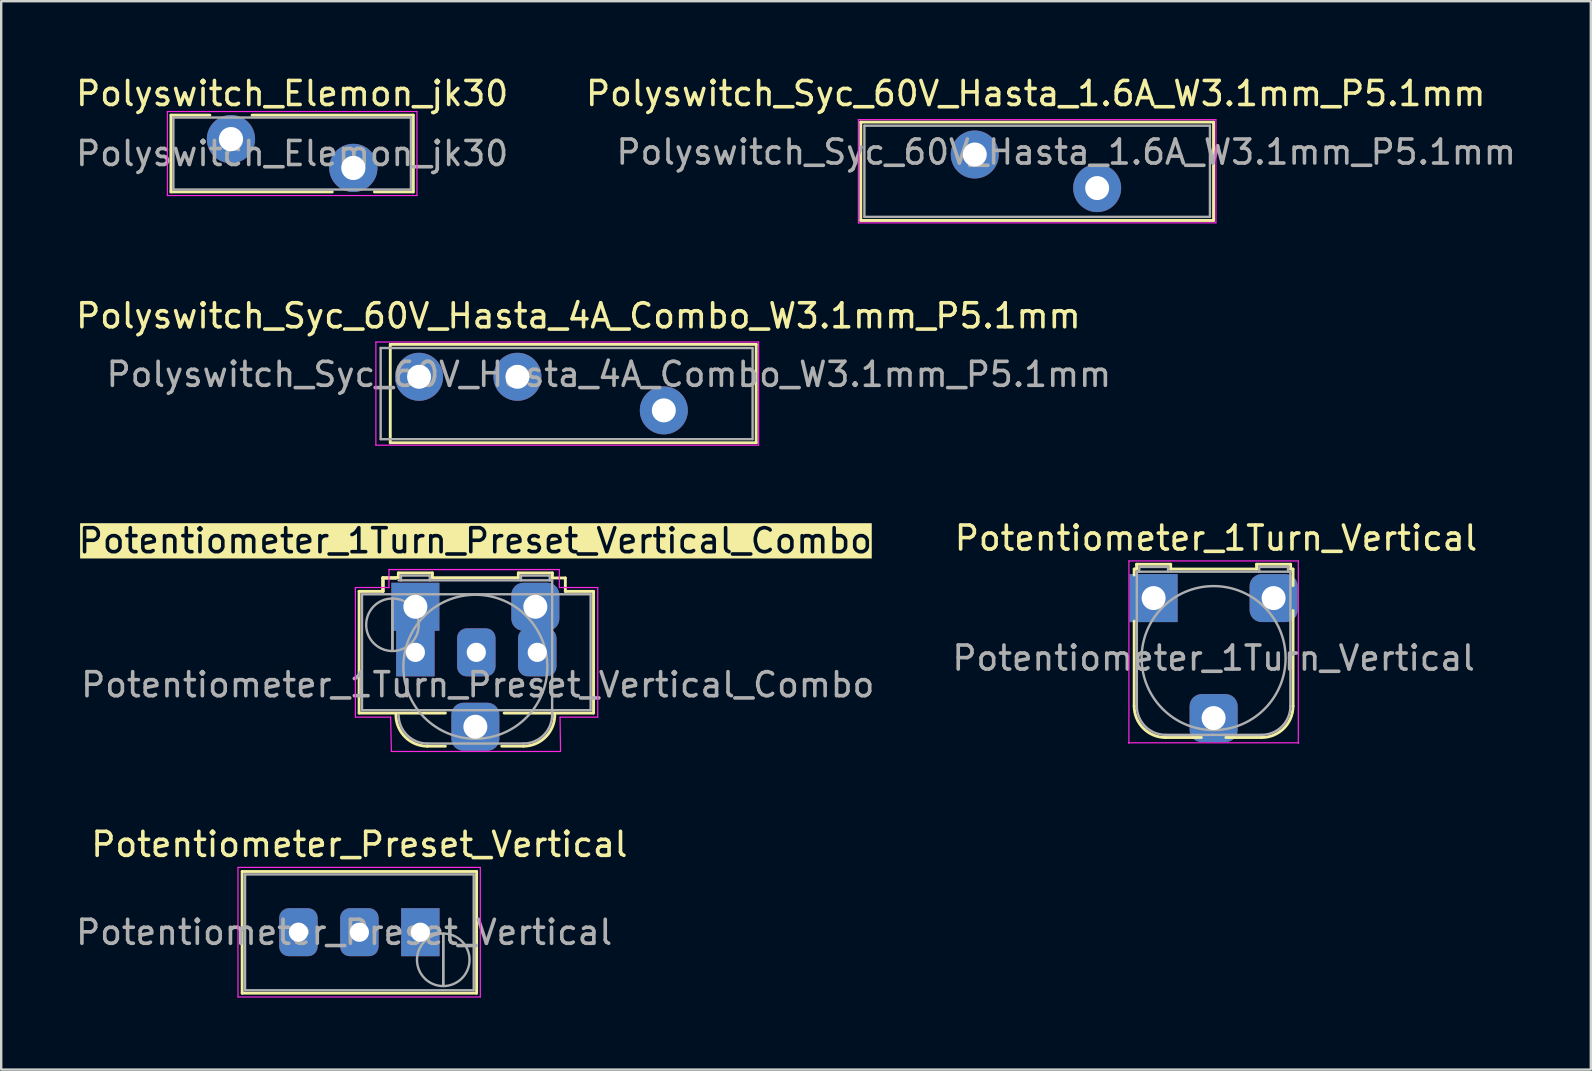
<source format=kicad_pcb>
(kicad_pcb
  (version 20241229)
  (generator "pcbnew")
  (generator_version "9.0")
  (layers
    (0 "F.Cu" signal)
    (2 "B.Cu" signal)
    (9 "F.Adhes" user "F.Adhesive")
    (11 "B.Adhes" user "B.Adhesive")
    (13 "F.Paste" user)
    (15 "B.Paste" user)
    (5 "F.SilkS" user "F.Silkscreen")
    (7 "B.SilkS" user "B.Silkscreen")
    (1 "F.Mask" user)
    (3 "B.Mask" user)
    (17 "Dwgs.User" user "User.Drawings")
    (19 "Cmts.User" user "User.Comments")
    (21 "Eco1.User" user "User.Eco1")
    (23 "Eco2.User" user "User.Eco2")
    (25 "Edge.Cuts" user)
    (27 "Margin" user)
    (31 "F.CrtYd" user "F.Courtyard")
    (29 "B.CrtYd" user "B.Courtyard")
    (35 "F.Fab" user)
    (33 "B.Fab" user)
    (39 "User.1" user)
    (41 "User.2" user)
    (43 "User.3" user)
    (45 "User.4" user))
  (footprint "Polyswitch_Elemon_jk30"
    (layer "F.Cu")
    (at 6.575 2.748)
    (property "Reference" "Polyswitch_Elemon_jk30" (at 2.55 -1.9 0) (layer "F.SilkS") (effects (font (size 1 1) (thickness 0.15))))
    (attr through_hole)
    (fp_line (start -2.501 -1) (end -2.501 2.2) (stroke (width 0.12) (type solid)) (layer "F.SilkS"))
    (fp_line (start -2.501 -1) (end -0.879 -1) (stroke (width 0.12) (type solid)) (layer "F.SilkS"))
    (fp_line (start -2.501 2.2) (end 4.222 2.2) (stroke (width 0.12) (type solid)) (layer "F.SilkS"))
    (fp_line (start 0.879 -1) (end 7.6 -1) (stroke (width 0.12) (type solid)) (layer "F.SilkS"))
    (fp_line (start 5.979 2.2) (end 7.6 2.2) (stroke (width 0.12) (type solid)) (layer "F.SilkS"))
    (fp_line (start 7.6 -1) (end 7.6 2.2) (stroke (width 0.12) (type solid)) (layer "F.SilkS"))
    (fp_line (start -2.65 -1.15) (end -2.65 2.35) (stroke (width 0.05) (type solid)) (layer "F.CrtYd"))
    (fp_line (start -2.65 2.35) (end 7.75 2.35) (stroke (width 0.05) (type solid)) (layer "F.CrtYd"))
    (fp_line (start 7.75 -1.15) (end -2.65 -1.15) (stroke (width 0.05) (type solid)) (layer "F.CrtYd"))
    (fp_line (start 7.75 2.35) (end 7.75 -1.15) (stroke (width 0.05) (type solid)) (layer "F.CrtYd"))
    (fp_line (start -2.4 -0.9) (end -2.4 2.1) (stroke (width 0.1) (type solid)) (layer "F.Fab"))
    (fp_line (start -2.4 2.1) (end 7.5 2.1) (stroke (width 0.1) (type solid)) (layer "F.Fab"))
    (fp_line (start 7.5 -0.9) (end -2.4 -0.9) (stroke (width 0.1) (type solid)) (layer "F.Fab"))
    (fp_line (start 7.5 2.1) (end 7.5 -0.9) (stroke (width 0.1) (type solid)) (layer "F.Fab"))
    (fp_text user "${REFERENCE}" (at 2.55 0.6 0) (layer "F.Fab") (effects (font (size 1 1) (thickness 0.15))))
    (pad "1" thru_hole circle (at 0 0) (size 2.01 2.01) (drill 1.01) (layers "*.Cu" "*.Mask"))
    (pad "2" thru_hole circle (at 5.1 1.2) (size 2.01 2.01) (drill 1.01) (layers "*.Cu" "*.Mask")))
  (footprint "Potentiometer_1Turn_Preset_Vertical_Combo"
    (layer "F.Cu")
    (at 14.26 22.236)
    (property "Reference" "Potentiometer_1Turn_Preset_Vertical_Combo" (at 2.6 3.25 0) (layer "F.Fab") (effects (font (size 1 1) (thickness 0.15))))
    (property "Value" "Potentiometer_1Turn_Preset_Vertical_Combo" (at 2.6 7.4 0) (layer "F.Fab") (hide yes) (effects (font (size 1 1) (thickness 0.15))))
    (attr through_hole)
    (fp_line (start -2.345 4.43) (end -2.345 -0.64) (stroke (width 0.12) (type solid)) (layer "F.SilkS"))
    (fp_line (start -1.35 -1.2) (end -0.81 -1.2) (stroke (width 0.15) (type solid)) (layer "F.SilkS"))
    (fp_line (start -1.35 -0.65) (end -1.35 -1.2) (stroke (width 0.15) (type solid)) (layer "F.SilkS"))
    (fp_line (start -1.35 -0.64) (end -2.345 -0.64) (stroke (width 0.12) (type solid)) (layer "F.SilkS"))
    (fp_line (start -0.71 -1.41) (end -0.71 -1.21) (stroke (width 0.12) (type solid)) (layer "F.SilkS"))
    (fp_line (start -0.71 -1.41) (end 0.71 -1.41) (stroke (width 0.12) (type solid)) (layer "F.SilkS"))
    (fp_line (start -0.71 -1.21) (end -0.81 -1.21) (stroke (width 0.12) (type solid)) (layer "F.SilkS"))
    (fp_line (start 0.71 -1.21) (end 0.71 -1.41) (stroke (width 0.12) (type solid)) (layer "F.SilkS"))
    (fp_line (start 0.71 -1.21) (end 4.29 -1.21) (stroke (width 0.12) (type solid)) (layer "F.SilkS"))
    (fp_line (start 1.25 4.43) (end -2.345 4.43) (stroke (width 0.12) (type solid)) (layer "F.SilkS"))
    (fp_line (start 1.25 5.81) (end 0.5 5.81) (stroke (width 0.12) (type solid)) (layer "F.SilkS"))
    (fp_line (start 4.29 -1.41) (end 5.71 -1.41) (stroke (width 0.12) (type solid)) (layer "F.SilkS"))
    (fp_line (start 4.29 -1.21) (end 4.29 -1.41) (stroke (width 0.12) (type solid)) (layer "F.SilkS"))
    (fp_line (start 4.5 5.81) (end 3.6 5.81) (stroke (width 0.12) (type solid)) (layer "F.SilkS"))
    (fp_line (start 5.71 -1.41) (end 5.71 -1.21) (stroke (width 0.12) (type solid)) (layer "F.SilkS"))
    (fp_line (start 6.25 -1.2) (end 5.7 -1.2) (stroke (width 0.12) (type solid)) (layer "F.SilkS"))
    (fp_line (start 6.25 -0.64) (end 6.25 -1.2) (stroke (width 0.12) (type solid)) (layer "F.SilkS"))
    (fp_line (start 7.425 -0.64) (end 6.25 -0.64) (stroke (width 0.12) (type solid)) (layer "F.SilkS"))
    (fp_line (start 7.425 4.43) (end 3.7 4.43) (stroke (width 0.12) (type solid)) (layer "F.SilkS"))
    (fp_line (start 7.425 4.43) (end 7.425 -0.64) (stroke (width 0.12) (type solid)) (layer "F.SilkS"))
    (fp_arc (start 0.5 5.81) (mid -0.42631 5.42631) (end -0.81 4.5) (stroke (width 0.12) (type solid)) (layer "F.SilkS"))
    (fp_arc (start 5.81 4.5) (mid 5.42631 5.42631) (end 4.5 5.81) (stroke (width 0.12) (type solid)) (layer "F.SilkS"))
    (fp_line (start -2.5 -0.8) (end -2.5 4.6) (stroke (width 0.05) (type solid)) (layer "F.CrtYd"))
    (fp_line (start -2.5 -0.8) (end -1.1 -0.8) (stroke (width 0.05) (type solid)) (layer "F.CrtYd"))
    (fp_line (start -2.5 4.6) (end -1.03 4.6) (stroke (width 0.05) (type solid)) (layer "F.CrtYd"))
    (fp_line (start -1.1 -1.55) (end 6 -1.55) (stroke (width 0.05) (type solid)) (layer "F.CrtYd"))
    (fp_line (start -1.1 -0.8) (end -1.1 -1.55) (stroke (width 0.05) (type solid)) (layer "F.CrtYd"))
    (fp_line (start -1.03 4.6) (end -1 6.03) (stroke (width 0.05) (type solid)) (layer "F.CrtYd"))
    (fp_line (start 6 -0.8) (end 6 -1.55) (stroke (width 0.05) (type solid)) (layer "F.CrtYd"))
    (fp_line (start 6.03 4.6) (end 7.6 4.6) (stroke (width 0.05) (type solid)) (layer "F.CrtYd"))
    (fp_line (start 6.05 6.03) (end -1 6.03) (stroke (width 0.05) (type solid)) (layer "F.CrtYd"))
    (fp_line (start 6.05 6.03) (end 6.03 4.6) (stroke (width 0.05) (type solid)) (layer "F.CrtYd"))
    (fp_line (start 7.6 -0.8) (end 6 -0.8) (stroke (width 0.05) (type solid)) (layer "F.CrtYd"))
    (fp_line (start 7.6 4.6) (end 7.6 -0.8) (stroke (width 0.05) (type solid)) (layer "F.CrtYd"))
    (fp_line (start -2.225 -0.52) (end -2.225 4.31) (stroke (width 0.1) (type solid)) (layer "F.Fab"))
    (fp_line (start -2.225 4.31) (end 7.305 4.31) (stroke (width 0.1) (type solid)) (layer "F.Fab"))
    (fp_line (start -0.955 -0.335) (end -0.956 1.834) (stroke (width 0.1) (type solid)) (layer "F.Fab"))
    (fp_line (start -0.955 -0.335) (end -0.956 1.834) (stroke (width 0.1) (type solid)) (layer "F.Fab"))
    (fp_line (start -0.6 -1.3) (end 0.6 -1.3) (stroke (width 0.1) (type solid)) (layer "F.Fab"))
    (fp_line (start -0.6 -1.1) (end -0.6 -1.3) (stroke (width 0.1) (type solid)) (layer "F.Fab"))
    (fp_line (start 0.5 5.7) (end 4.5 5.7) (stroke (width 0.1) (type solid)) (layer "F.Fab"))
    (fp_line (start 0.6 -1.3) (end 0.6 -1.1) (stroke (width 0.1) (type solid)) (layer "F.Fab"))
    (fp_line (start 4.4 -1.3) (end 4.4 -1.1) (stroke (width 0.1) (type solid)) (layer "F.Fab"))
    (fp_line (start 5.6 -1.3) (end 4.41 -1.3) (stroke (width 0.1) (type solid)) (layer "F.Fab"))
    (fp_line (start 5.6 -1.1) (end 5.6 -1.3) (stroke (width 0.1) (type solid)) (layer "F.Fab"))
    (fp_line (start 5.7 -1.1) (end -0.7 -1.1) (stroke (width 0.1) (type solid)) (layer "F.Fab"))
    (fp_line (start 5.7 4.5) (end 5.7 -1.1) (stroke (width 0.1) (type solid)) (layer "F.Fab"))
    (fp_line (start 7.305 -0.52) (end -2.225 -0.52) (stroke (width 0.1) (type solid)) (layer "F.Fab"))
    (fp_line (start 7.305 4.31) (end 7.305 -0.52) (stroke (width 0.1) (type solid)) (layer "F.Fab"))
    (fp_arc (start 0.5 5.7) (mid -0.348528 5.348528) (end -0.7 4.5) (stroke (width 0.1) (type solid)) (layer "F.Fab"))
    (fp_arc (start 5.7 4.5) (mid 5.348528 5.348528) (end 4.5 5.7) (stroke (width 0.1) (type solid)) (layer "F.Fab"))
    (fp_circle (center -0.955 0.75) (end -2.05 0.75) (stroke (width 0.1) (type solid)) (fill no) (layer "F.Fab"))
    (fp_circle (center 2.5 2.5) (end 5.5 2.5) (stroke (width 0.1) (type solid)) (fill no) (layer "F.Fab"))
    (fp_text user "${VALUE}" (at 2.5 -2.75 180) (layer "F.SilkS" knockout) (effects (font (size 1 1) (thickness 0.15))))
    (pad "1" thru_hole rect (at 0 0) (size 2 2) (drill 1) (layers "*.Cu" "*.Mask"))
    (pad "1" smd roundrect (at 0 0.9) (size 1 2.5) (layers "F.Cu" "F.Mask" "F.Paste") (roundrect_rratio 0.25))
    (pad "1" thru_hole rect (at 0 1.9 180) (size 1.6 2) (drill 0.8) (layers "*.Cu" "*.Mask"))
    (pad "2" thru_hole roundrect (at 2.5 5) (size 2 2) (drill 1) (layers "*.Cu" "*.Mask") (roundrect_rratio 0.25))
    (pad "2" thru_hole roundrect (at 2.54 1.9 180) (size 1.6 2) (drill 0.8) (layers "*.Cu" "*.Mask") (roundrect_rratio 0.25))
    (pad "3" thru_hole roundrect (at 5 0) (size 2 2) (drill 1) (layers "*.Cu" "*.Mask") (roundrect_rratio 0.25))
    (pad "3" smd roundrect (at 5 0.9) (size 1 2.5) (layers "F.Cu" "F.Mask" "F.Paste") (roundrect_rratio 0.25))
    (pad "3" thru_hole roundrect (at 5.08 1.9 180) (size 1.6 2) (drill 0.8) (layers "*.Cu" "*.Mask") (roundrect_rratio 0.25)))
  (footprint "Polyswitch_Syc_60V_Hasta_1.6A_W3.1mm_P5.1mm"
    (layer "F.Cu")
    (at 37.573 3.388)
    (property "Reference" "Polyswitch_Syc_60V_Hasta_1.6A_W3.1mm_P5.1mm" (at 2.54 -2.54 0) (layer "F.SilkS") (effects (font (size 1 1) (thickness 0.15))))
    (attr through_hole)
    (fp_line (start -4.75 -1.35) (end -4.75 2.75) (stroke (width 0.12) (type solid)) (layer "F.SilkS"))
    (fp_line (start -4.75 -1.35) (end 9.95 -1.35) (stroke (width 0.12) (type solid)) (layer "F.SilkS"))
    (fp_line (start -4.75 2.75) (end 9.95 2.75) (stroke (width 0.12) (type solid)) (layer "F.SilkS"))
    (fp_line (start 9.95 -1.35) (end 9.95 2.75) (stroke (width 0.12) (type solid)) (layer "F.SilkS"))
    (fp_line (start -4.85 -1.45) (end -4.85 2.85) (stroke (width 0.05) (type solid)) (layer "F.CrtYd"))
    (fp_line (start -4.85 -1.45) (end 10.05 -1.45) (stroke (width 0.05) (type solid)) (layer "F.CrtYd"))
    (fp_line (start -4.85 2.85) (end 10.05 2.85) (stroke (width 0.05) (type solid)) (layer "F.CrtYd"))
    (fp_line (start 10.05 -1.45) (end 10.05 2.85) (stroke (width 0.05) (type solid)) (layer "F.CrtYd"))
    (fp_line (start -4.6 -1.2) (end -4.6 2.6) (stroke (width 0.1) (type solid)) (layer "F.Fab"))
    (fp_line (start -4.6 -1.2) (end 9.8 -1.2) (stroke (width 0.1) (type solid)) (layer "F.Fab"))
    (fp_line (start -4.6 2.6) (end 9.8 2.6) (stroke (width 0.1) (type solid)) (layer "F.Fab"))
    (fp_line (start 9.8 -1.2) (end 9.8 2.6) (stroke (width 0.1) (type solid)) (layer "F.Fab"))
    (fp_text user "${REFERENCE}" (at 3.81 -0.1 0) (layer "F.Fab") (effects (font (size 1 1) (thickness 0.15))))
    (pad "1" thru_hole circle (at 0 0) (size 2 2) (drill 1) (layers "*.Cu" "*.Mask"))
    (pad "2" thru_hole circle (at 5.1 1.4) (size 2 2) (drill 1) (layers "*.Cu" "*.Mask")))
  (footprint "Polyswitch_Syc_60V_Hasta_4A_Combo_W3.1mm_P5.1mm"
    (layer "F.Cu")
    (at 18.514 12.652)
    (property "Reference" "Polyswitch_Syc_60V_Hasta_4A_Combo_W3.1mm_P5.1mm" (at 2.54 -2.54 0) (layer "F.SilkS") (effects (font (size 1 1) (thickness 0.15))))
    (attr through_hole)
    (fp_line (start -5.3 -1.35) (end -5.3 2.75) (stroke (width 0.12) (type solid)) (layer "F.SilkS"))
    (fp_line (start -5.3 -1.35) (end 9.95 -1.35) (stroke (width 0.12) (type solid)) (layer "F.SilkS"))
    (fp_line (start -5.3 2.75) (end 9.95 2.75) (stroke (width 0.12) (type solid)) (layer "F.SilkS"))
    (fp_line (start 9.95 -1.35) (end 9.95 2.75) (stroke (width 0.12) (type solid)) (layer "F.SilkS"))
    (fp_line (start -5.9 -1.45) (end -5.9 2.85) (stroke (width 0.05) (type solid)) (layer "F.CrtYd"))
    (fp_line (start -5.9 -1.45) (end 10.05 -1.45) (stroke (width 0.05) (type solid)) (layer "F.CrtYd"))
    (fp_line (start -5.9 2.85) (end 10.05 2.85) (stroke (width 0.05) (type solid)) (layer "F.CrtYd"))
    (fp_line (start 10.05 -1.45) (end 10.05 2.85) (stroke (width 0.05) (type solid)) (layer "F.CrtYd"))
    (fp_line (start -5.7 -1.2) (end -5.7 2.6) (stroke (width 0.1) (type solid)) (layer "F.Fab"))
    (fp_line (start -5.7 -1.2) (end 9.8 -1.2) (stroke (width 0.1) (type solid)) (layer "F.Fab"))
    (fp_line (start -5.7 2.6) (end 9.8 2.6) (stroke (width 0.1) (type solid)) (layer "F.Fab"))
    (fp_line (start 9.8 -1.2) (end 9.8 2.6) (stroke (width 0.1) (type solid)) (layer "F.Fab"))
    (fp_text user "${REFERENCE}" (at 3.81 -0.1 0) (layer "F.Fab") (effects (font (size 1 1) (thickness 0.15))))
    (pad "1" thru_hole circle (at -4.1 0) (size 2 2) (drill 1) (layers "*.Cu" "*.Mask"))
    (pad "1" thru_hole circle (at 0 0) (size 2 2) (drill 1) (layers "*.Cu" "*.Mask"))
    (pad "2" thru_hole circle (at 6.1 1.4) (size 2 2) (drill 1) (layers "*.Cu" "*.Mask")))
  (footprint "Potentiometer_1Turn_Vertical"
    (layer "F.Cu")
    (at 45.026 21.875)
    (property "Reference" "Potentiometer_1Turn_Vertical" (at 2.6 -2.5 0) (layer "F.SilkS") (effects (font (size 1 1) (thickness 0.15))))
    (attr through_hole)
    (fp_line (start -0.81 -1.21) (end -0.81 -0.96) (stroke (width 0.12) (type solid)) (layer "F.SilkS"))
    (fp_line (start -0.81 4.5) (end -0.81 0.96) (stroke (width 0.12) (type solid)) (layer "F.SilkS"))
    (fp_line (start -0.71 -1.41) (end -0.71 -1.21) (stroke (width 0.12) (type solid)) (layer "F.SilkS"))
    (fp_line (start -0.71 -1.41) (end 0.71 -1.41) (stroke (width 0.12) (type solid)) (layer "F.SilkS"))
    (fp_line (start -0.71 -1.21) (end -0.81 -1.21) (stroke (width 0.12) (type solid)) (layer "F.SilkS"))
    (fp_line (start 0.71 -1.21) (end 0.71 -1.41) (stroke (width 0.12) (type solid)) (layer "F.SilkS"))
    (fp_line (start 0.71 -1.21) (end 4.29 -1.21) (stroke (width 0.12) (type solid)) (layer "F.SilkS"))
    (fp_line (start 1.99 5.81) (end 0.5 5.81) (stroke (width 0.12) (type solid)) (layer "F.SilkS"))
    (fp_line (start 4.29 -1.41) (end 5.71 -1.41) (stroke (width 0.12) (type solid)) (layer "F.SilkS"))
    (fp_line (start 4.29 -1.21) (end 4.29 -1.41) (stroke (width 0.12) (type solid)) (layer "F.SilkS"))
    (fp_line (start 4.5 5.81) (end 3.01 5.81) (stroke (width 0.12) (type solid)) (layer "F.SilkS"))
    (fp_line (start 5.71 -1.41) (end 5.71 -1.21) (stroke (width 0.12) (type solid)) (layer "F.SilkS"))
    (fp_line (start 5.71 -1.21) (end 5.81 -1.21) (stroke (width 0.12) (type solid)) (layer "F.SilkS"))
    (fp_line (start 5.81 -1.21) (end 5.81 -0.52) (stroke (width 0.12) (type solid)) (layer "F.SilkS"))
    (fp_line (start 5.81 0.52) (end 5.81 4.5) (stroke (width 0.12) (type solid)) (layer "F.SilkS"))
    (fp_arc (start 0.5 5.81) (mid -0.42631 5.42631) (end -0.81 4.5) (stroke (width 0.12) (type solid)) (layer "F.SilkS"))
    (fp_arc (start 5.81 4.5) (mid 5.42631 5.42631) (end 4.5 5.81) (stroke (width 0.12) (type solid)) (layer "F.SilkS"))
    (fp_line (start -1.03 -1.55) (end -1.03 6.05) (stroke (width 0.05) (type solid)) (layer "F.CrtYd"))
    (fp_line (start -1.03 -1.55) (end 6.03 -1.55) (stroke (width 0.05) (type solid)) (layer "F.CrtYd"))
    (fp_line (start 6.03 6.05) (end 6.03 -1.55) (stroke (width 0.05) (type solid)) (layer "F.CrtYd"))
    (fp_line (start 6.05 6.03) (end -1.05 6.03) (stroke (width 0.05) (type solid)) (layer "F.CrtYd"))
    (fp_line (start -0.7 4.5) (end -0.7 -1.1) (stroke (width 0.1) (type solid)) (layer "F.Fab"))
    (fp_line (start -0.6 -1.3) (end 0.6 -1.3) (stroke (width 0.1) (type solid)) (layer "F.Fab"))
    (fp_line (start -0.6 -1.1) (end -0.6 -1.3) (stroke (width 0.1) (type solid)) (layer "F.Fab"))
    (fp_line (start 0.5 5.7) (end 4.5 5.7) (stroke (width 0.1) (type solid)) (layer "F.Fab"))
    (fp_line (start 0.6 -1.3) (end 0.6 -1.1) (stroke (width 0.1) (type solid)) (layer "F.Fab"))
    (fp_line (start 4.4 -1.3) (end 4.4 -1.1) (stroke (width 0.1) (type solid)) (layer "F.Fab"))
    (fp_line (start 5.6 -1.3) (end 4.41 -1.3) (stroke (width 0.1) (type solid)) (layer "F.Fab"))
    (fp_line (start 5.6 -1.1) (end 5.6 -1.3) (stroke (width 0.1) (type solid)) (layer "F.Fab"))
    (fp_line (start 5.7 -1.1) (end -0.7 -1.1) (stroke (width 0.1) (type solid)) (layer "F.Fab"))
    (fp_line (start 5.7 4.5) (end 5.7 -1.1) (stroke (width 0.1) (type solid)) (layer "F.Fab"))
    (fp_arc (start 0.5 5.7) (mid -0.348528 5.348528) (end -0.7 4.5) (stroke (width 0.1) (type solid)) (layer "F.Fab"))
    (fp_arc (start 5.7 4.5) (mid 5.348528 5.348528) (end 4.5 5.7) (stroke (width 0.1) (type solid)) (layer "F.Fab"))
    (fp_circle (center 2.5 2.5) (end 5.5 2.5) (stroke (width 0.1) (type solid)) (fill no) (layer "F.Fab"))
    (fp_text user "${REFERENCE}" (at 2.5 2.5 0) (layer "F.Fab") (effects (font (size 1 1) (thickness 0.15))))
    (pad "1" thru_hole rect (at 0 0) (size 2 2) (drill 1) (layers "*.Cu" "*.Mask"))
    (pad "2" thru_hole roundrect (at 2.5 5) (size 2 2) (drill 1) (layers "*.Cu" "*.Mask") (roundrect_rratio 0.25))
    (pad "3" thru_hole roundrect (at 5 0) (size 2 2) (drill 1) (layers "*.Cu" "*.Mask") (roundrect_rratio 0.25)))
  (footprint "Potentiometer_Preset_Vertical"
    (layer "F.Cu")
    (at 14.467 35.799)
    (property "Reference" "Potentiometer_Preset_Vertical" (at -2.54 -3.66 0) (layer "F.SilkS") (effects (font (size 1 1) (thickness 0.15))))
    (attr through_hole)
    (fp_line (start -7.425 -2.53) (end -7.425 2.54) (stroke (width 0.12) (type solid)) (layer "F.SilkS"))
    (fp_line (start -7.425 -2.53) (end 2.345 -2.53) (stroke (width 0.12) (type solid)) (layer "F.SilkS"))
    (fp_line (start -7.425 2.54) (end 2.345 2.54) (stroke (width 0.12) (type solid)) (layer "F.SilkS"))
    (fp_line (start 2.345 -2.53) (end 2.345 2.54) (stroke (width 0.12) (type solid)) (layer "F.SilkS"))
    (fp_line (start -7.6 -2.7) (end -7.6 2.7) (stroke (width 0.05) (type solid)) (layer "F.CrtYd"))
    (fp_line (start -7.6 2.7) (end 2.5 2.7) (stroke (width 0.05) (type solid)) (layer "F.CrtYd"))
    (fp_line (start 2.5 -2.7) (end -7.6 -2.7) (stroke (width 0.05) (type solid)) (layer "F.CrtYd"))
    (fp_line (start 2.5 2.7) (end 2.5 -2.7) (stroke (width 0.05) (type solid)) (layer "F.CrtYd"))
    (fp_line (start -7.305 -2.41) (end -7.305 2.42) (stroke (width 0.1) (type solid)) (layer "F.Fab"))
    (fp_line (start -7.305 2.42) (end 2.225 2.42) (stroke (width 0.1) (type solid)) (layer "F.Fab"))
    (fp_line (start 0.955 2.235) (end 0.956 0.066) (stroke (width 0.1) (type solid)) (layer "F.Fab"))
    (fp_line (start 0.955 2.235) (end 0.956 0.066) (stroke (width 0.1) (type solid)) (layer "F.Fab"))
    (fp_line (start 2.225 -2.41) (end -7.305 -2.41) (stroke (width 0.1) (type solid)) (layer "F.Fab"))
    (fp_line (start 2.225 2.42) (end 2.225 -2.41) (stroke (width 0.1) (type solid)) (layer "F.Fab"))
    (fp_circle (center 0.955 1.15) (end 2.05 1.15) (stroke (width 0.1) (type solid)) (fill no) (layer "F.Fab"))
    (fp_text user "${REFERENCE}" (at -3.175 0.005 0) (layer "F.Fab") (effects (font (size 1 1) (thickness 0.15))))
    (pad "1" thru_hole rect (at 0 0) (size 1.6 2) (drill 0.8) (layers "*.Cu" "*.Mask"))
    (pad "2" thru_hole roundrect (at -2.54 0) (size 1.6 2) (drill 0.8) (layers "*.Cu" "*.Mask") (roundrect_rratio 0.25))
    (pad "3" thru_hole roundrect (at -5.08 0) (size 1.6 2) (drill 0.8) (layers "*.Cu" "*.Mask") (roundrect_rratio 0.25)))
  (gr_rect
    (start -3 -3)
    (end 63.246 41.524)
    (stroke (width 0.1) (type default))
    (fill no)
    (layer "Edge.Cuts")))
</source>
